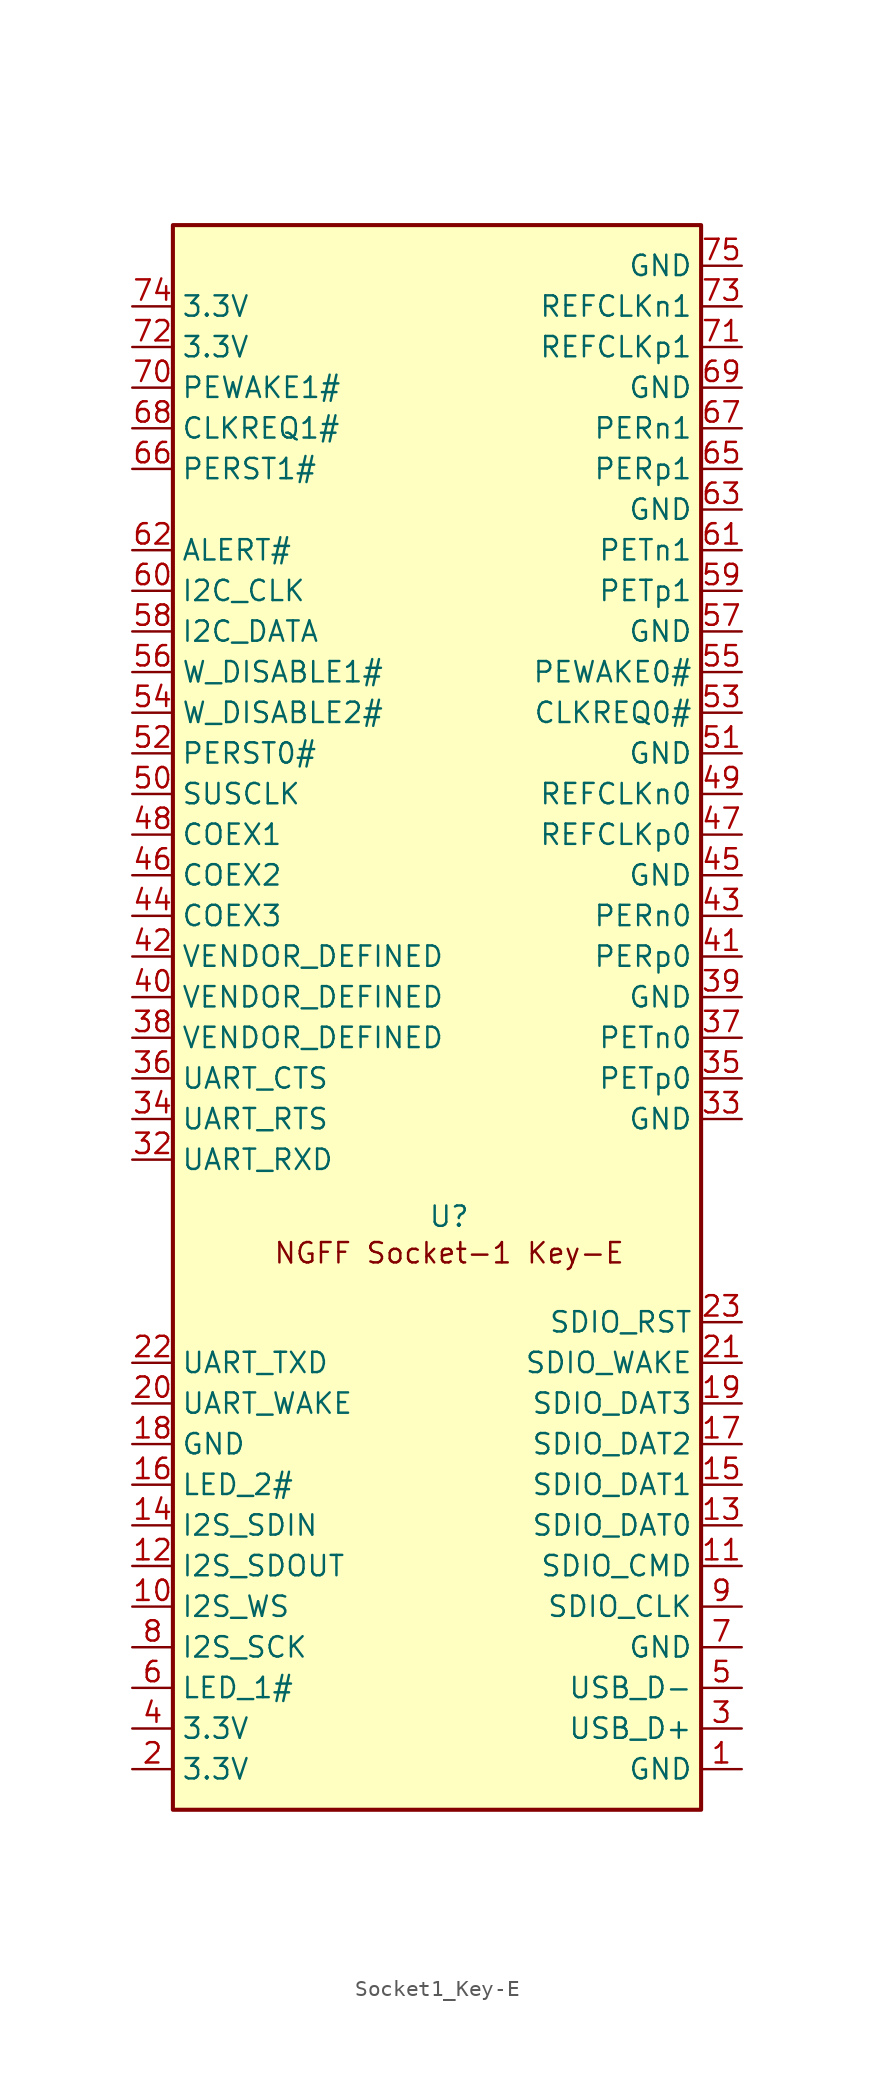
<source format=kicad_sym>
(kicad_symbol_lib
  (version 20241209)
  (generator "kicad_symbol_editor")
  (generator_version "9.0")
  (symbol "Socket1_Key-E"
    (property "Reference" "U"
      (at 17.272 37.084 0)
      (effects (font (size 1.27 1.27))))
    (property "Value" ""
      (at 0 0 0)
      (effects (font (size 1.27 1.27))))
    (symbol "Socket1_Key-E_0_1"
      (rectangle (start 0 99.06) (end 33.02 0) (stroke (width 0.254) (type default)) (fill (type background))))
    (symbol "Socket1_Key-E_1_1"
      (text "NGFF Socket-1 Key-E" (at 17.272 34.798 0) (effects (font (size 1.27 1.27))))
      (pin power_in line (at -2.54 93.98 0) (length 2.54) (name "3.3V" (effects (font (size 1.27 1.27)))) (number "74" (effects (font (size 1.27 1.27)))))
      (pin power_in line (at -2.54 91.44 0) (length 2.54) (name "3.3V" (effects (font (size 1.27 1.27)))) (number "72" (effects (font (size 1.27 1.27)))))
      (pin bidirectional line (at -2.54 88.9 0) (length 2.54) (name "PEWAKE1#" (effects (font (size 1.27 1.27)))) (number "70" (effects (font (size 1.27 1.27)))))
      (pin bidirectional line (at -2.54 86.36 0) (length 2.54) (name "CLKREQ1#" (effects (font (size 1.27 1.27)))) (number "68" (effects (font (size 1.27 1.27)))))
      (pin input line (at -2.54 83.82 0) (length 2.54) (name "PERST1#" (effects (font (size 1.27 1.27)))) (number "66" (effects (font (size 1.27 1.27)))))
      (pin no_connect line (at -2.54 81.28 0) (length 2.54) (hide yes) (name "RESERVED" (effects (font (size 1.27 1.27)))) (number "64" (effects (font (size 1.27 1.27)))))
      (pin output line (at -2.54 78.74 0) (length 2.54) (name "ALERT#" (effects (font (size 1.27 1.27)))) (number "62" (effects (font (size 1.27 1.27)))))
      (pin input line (at -2.54 76.2 0) (length 2.54) (name "I2C_CLK" (effects (font (size 1.27 1.27)))) (number "60" (effects (font (size 1.27 1.27)))))
      (pin bidirectional line (at -2.54 73.66 0) (length 2.54) (name "I2C_DATA" (effects (font (size 1.27 1.27)))) (number "58" (effects (font (size 1.27 1.27)))))
      (pin input line (at -2.54 71.12 0) (length 2.54) (name "W_DISABLE1#" (effects (font (size 1.27 1.27)))) (number "56" (effects (font (size 1.27 1.27)))))
      (pin input line (at -2.54 68.58 0) (length 2.54) (name "W_DISABLE2#" (effects (font (size 1.27 1.27)))) (number "54" (effects (font (size 1.27 1.27)))))
      (pin input line (at -2.54 66.04 0) (length 2.54) (name "PERST0#" (effects (font (size 1.27 1.27)))) (number "52" (effects (font (size 1.27 1.27)))))
      (pin input line (at -2.54 63.5 0) (length 2.54) (name "SUSCLK" (effects (font (size 1.27 1.27)))) (number "50" (effects (font (size 1.27 1.27)))))
      (pin bidirectional line (at -2.54 60.96 0) (length 2.54) (name "COEX1" (effects (font (size 1.27 1.27)))) (number "48" (effects (font (size 1.27 1.27)))))
      (pin bidirectional line (at -2.54 58.42 0) (length 2.54) (name "COEX2" (effects (font (size 1.27 1.27)))) (number "46" (effects (font (size 1.27 1.27)))))
      (pin bidirectional line (at -2.54 55.88 0) (length 2.54) (name "COEX3" (effects (font (size 1.27 1.27)))) (number "44" (effects (font (size 1.27 1.27)))))
      (pin unspecified line (at -2.54 53.34 0) (length 2.54) (name "VENDOR_DEFINED" (effects (font (size 1.27 1.27)))) (number "42" (effects (font (size 1.27 1.27)))))
      (pin unspecified line (at -2.54 50.8 0) (length 2.54) (name "VENDOR_DEFINED" (effects (font (size 1.27 1.27)))) (number "40" (effects (font (size 1.27 1.27)))))
      (pin unspecified line (at -2.54 48.26 0) (length 2.54) (name "VENDOR_DEFINED" (effects (font (size 1.27 1.27)))) (number "38" (effects (font (size 1.27 1.27)))))
      (pin input line (at -2.54 45.72 0) (length 2.54) (name "UART_CTS" (effects (font (size 1.27 1.27)))) (number "36" (effects (font (size 1.27 1.27)))))
      (pin input line (at -2.54 43.18 0) (length 2.54) (name "UART_RTS" (effects (font (size 1.27 1.27)))) (number "34" (effects (font (size 1.27 1.27)))))
      (pin input line (at -2.54 40.64 0) (length 2.54) (name "UART_RXD" (effects (font (size 1.27 1.27)))) (number "32" (effects (font (size 1.27 1.27)))))
      (pin output line (at -2.54 27.94 0) (length 2.54) (name "UART_TXD" (effects (font (size 1.27 1.27)))) (number "22" (effects (font (size 1.27 1.27)))))
      (pin input line (at -2.54 25.4 0) (length 2.54) (name "UART_WAKE" (effects (font (size 1.27 1.27)))) (number "20" (effects (font (size 1.27 1.27)))))
      (pin power_in line (at -2.54 22.86 0) (length 2.54) (name "GND" (effects (font (size 1.27 1.27)))) (number "18" (effects (font (size 1.27 1.27)))))
      (pin output line (at -2.54 20.32 0) (length 2.54) (name "LED_2#" (effects (font (size 1.27 1.27)))) (number "16" (effects (font (size 1.27 1.27)))))
      (pin input line (at -2.54 17.78 0) (length 2.54) (name "I2S_SDIN" (effects (font (size 1.27 1.27)))) (number "14" (effects (font (size 1.27 1.27)))))
      (pin output line (at -2.54 15.24 0) (length 2.54) (name "I2S_SDOUT" (effects (font (size 1.27 1.27)))) (number "12" (effects (font (size 1.27 1.27)))))
      (pin bidirectional line (at -2.54 12.7 0) (length 2.54) (name "I2S_WS" (effects (font (size 1.27 1.27)))) (number "10" (effects (font (size 1.27 1.27)))))
      (pin bidirectional line (at -2.54 10.16 0) (length 2.54) (name "I2S_SCK" (effects (font (size 1.27 1.27)))) (number "8" (effects (font (size 1.27 1.27)))))
      (pin output line (at -2.54 7.62 0) (length 2.54) (name "LED_1#" (effects (font (size 1.27 1.27)))) (number "6" (effects (font (size 1.27 1.27)))))
      (pin power_in line (at -2.54 5.08 0) (length 2.54) (name "3.3V" (effects (font (size 1.27 1.27)))) (number "4" (effects (font (size 1.27 1.27)))))
      (pin power_in line (at -2.54 2.54 0) (length 2.54) (name "3.3V" (effects (font (size 1.27 1.27)))) (number "2" (effects (font (size 1.27 1.27)))))
      (pin power_in line (at 35.56 96.52 180) (length 2.54) (name "GND" (effects (font (size 1.27 1.27)))) (number "75" (effects (font (size 1.27 1.27)))))
      (pin bidirectional line (at 35.56 93.98 180) (length 2.54) (name "REFCLKn1" (effects (font (size 1.27 1.27)))) (number "73" (effects (font (size 1.27 1.27)))))
      (pin bidirectional line (at 35.56 91.44 180) (length 2.54) (name "REFCLKp1" (effects (font (size 1.27 1.27)))) (number "71" (effects (font (size 1.27 1.27)))))
      (pin power_in line (at 35.56 88.9 180) (length 2.54) (name "GND" (effects (font (size 1.27 1.27)))) (number "69" (effects (font (size 1.27 1.27)))))
      (pin bidirectional line (at 35.56 86.36 180) (length 2.54) (name "PERn1" (effects (font (size 1.27 1.27)))) (number "67" (effects (font (size 1.27 1.27)))))
      (pin bidirectional line (at 35.56 83.82 180) (length 2.54) (name "PERp1" (effects (font (size 1.27 1.27)))) (number "65" (effects (font (size 1.27 1.27)))))
      (pin power_in line (at 35.56 81.28 180) (length 2.54) (name "GND" (effects (font (size 1.27 1.27)))) (number "63" (effects (font (size 1.27 1.27)))))
      (pin bidirectional line (at 35.56 78.74 180) (length 2.54) (name "PETn1" (effects (font (size 1.27 1.27)))) (number "61" (effects (font (size 1.27 1.27)))))
      (pin bidirectional line (at 35.56 76.2 180) (length 2.54) (name "PETp1" (effects (font (size 1.27 1.27)))) (number "59" (effects (font (size 1.27 1.27)))))
      (pin power_in line (at 35.56 73.66 180) (length 2.54) (name "GND" (effects (font (size 1.27 1.27)))) (number "57" (effects (font (size 1.27 1.27)))))
      (pin bidirectional line (at 35.56 71.12 180) (length 2.54) (name "PEWAKE0#" (effects (font (size 1.27 1.27)))) (number "55" (effects (font (size 1.27 1.27)))))
      (pin bidirectional line (at 35.56 68.58 180) (length 2.54) (name "CLKREQ0#" (effects (font (size 1.27 1.27)))) (number "53" (effects (font (size 1.27 1.27)))))
      (pin power_in line (at 35.56 66.04 180) (length 2.54) (name "GND" (effects (font (size 1.27 1.27)))) (number "51" (effects (font (size 1.27 1.27)))))
      (pin bidirectional line (at 35.56 63.5 180) (length 2.54) (name "REFCLKn0" (effects (font (size 1.27 1.27)))) (number "49" (effects (font (size 1.27 1.27)))))
      (pin bidirectional line (at 35.56 60.96 180) (length 2.54) (name "REFCLKp0" (effects (font (size 1.27 1.27)))) (number "47" (effects (font (size 1.27 1.27)))))
      (pin power_in line (at 35.56 58.42 180) (length 2.54) (name "GND" (effects (font (size 1.27 1.27)))) (number "45" (effects (font (size 1.27 1.27)))))
      (pin bidirectional line (at 35.56 55.88 180) (length 2.54) (name "PERn0" (effects (font (size 1.27 1.27)))) (number "43" (effects (font (size 1.27 1.27)))))
      (pin bidirectional line (at 35.56 53.34 180) (length 2.54) (name "PERp0" (effects (font (size 1.27 1.27)))) (number "41" (effects (font (size 1.27 1.27)))))
      (pin power_in line (at 35.56 50.8 180) (length 2.54) (name "GND" (effects (font (size 1.27 1.27)))) (number "39" (effects (font (size 1.27 1.27)))))
      (pin bidirectional line (at 35.56 48.26 180) (length 2.54) (name "PETn0" (effects (font (size 1.27 1.27)))) (number "37" (effects (font (size 1.27 1.27)))))
      (pin bidirectional line (at 35.56 45.72 180) (length 2.54) (name "PETp0" (effects (font (size 1.27 1.27)))) (number "35" (effects (font (size 1.27 1.27)))))
      (pin power_in line (at 35.56 43.18 180) (length 2.54) (name "GND" (effects (font (size 1.27 1.27)))) (number "33" (effects (font (size 1.27 1.27)))))
      (pin input line (at 35.56 30.48 180) (length 2.54) (name "SDIO_RST" (effects (font (size 1.27 1.27)))) (number "23" (effects (font (size 1.27 1.27)))))
      (pin input line (at 35.56 27.94 180) (length 2.54) (name "SDIO_WAKE" (effects (font (size 1.27 1.27)))) (number "21" (effects (font (size 1.27 1.27)))))
      (pin bidirectional line (at 35.56 25.4 180) (length 2.54) (name "SDIO_DAT3" (effects (font (size 1.27 1.27)))) (number "19" (effects (font (size 1.27 1.27)))))
      (pin bidirectional line (at 35.56 22.86 180) (length 2.54) (name "SDIO_DAT2" (effects (font (size 1.27 1.27)))) (number "17" (effects (font (size 1.27 1.27)))))
      (pin bidirectional line (at 35.56 20.32 180) (length 2.54) (name "SDIO_DAT1" (effects (font (size 1.27 1.27)))) (number "15" (effects (font (size 1.27 1.27)))))
      (pin bidirectional line (at 35.56 17.78 180) (length 2.54) (name "SDIO_DAT0" (effects (font (size 1.27 1.27)))) (number "13" (effects (font (size 1.27 1.27)))))
      (pin input line (at 35.56 15.24 180) (length 2.54) (name "SDIO_CMD" (effects (font (size 1.27 1.27)))) (number "11" (effects (font (size 1.27 1.27)))))
      (pin input line (at 35.56 12.7 180) (length 2.54) (name "SDIO_CLK" (effects (font (size 1.27 1.27)))) (number "9" (effects (font (size 1.27 1.27)))))
      (pin power_in line (at 35.56 10.16 180) (length 2.54) (name "GND" (effects (font (size 1.27 1.27)))) (number "7" (effects (font (size 1.27 1.27)))))
      (pin bidirectional line (at 35.56 7.62 180) (length 2.54) (name "USB_D-" (effects (font (size 1.27 1.27)))) (number "5" (effects (font (size 1.27 1.27)))))
      (pin bidirectional line (at 35.56 5.08 180) (length 2.54) (name "USB_D+" (effects (font (size 1.27 1.27)))) (number "3" (effects (font (size 1.27 1.27)))))
      (pin power_in line (at 35.56 2.54 180) (length 2.54) (name "GND" (effects (font (size 1.27 1.27)))) (number "1" (effects (font (size 1.27 1.27))))))))
</source>
